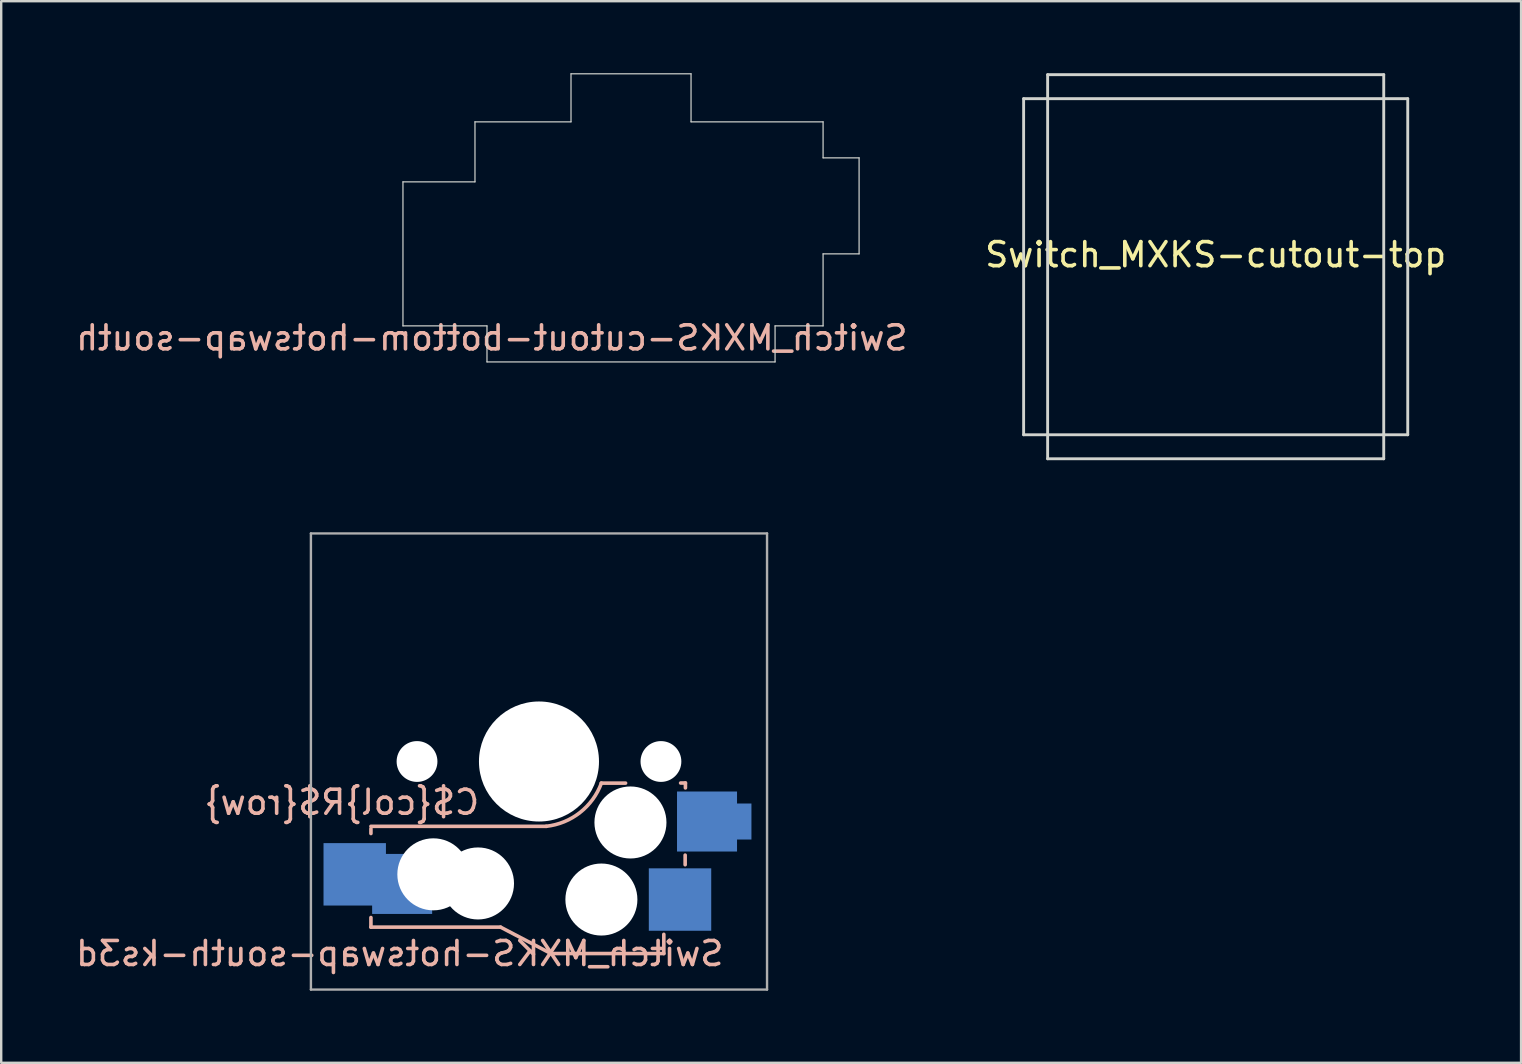
<source format=kicad_pcb>
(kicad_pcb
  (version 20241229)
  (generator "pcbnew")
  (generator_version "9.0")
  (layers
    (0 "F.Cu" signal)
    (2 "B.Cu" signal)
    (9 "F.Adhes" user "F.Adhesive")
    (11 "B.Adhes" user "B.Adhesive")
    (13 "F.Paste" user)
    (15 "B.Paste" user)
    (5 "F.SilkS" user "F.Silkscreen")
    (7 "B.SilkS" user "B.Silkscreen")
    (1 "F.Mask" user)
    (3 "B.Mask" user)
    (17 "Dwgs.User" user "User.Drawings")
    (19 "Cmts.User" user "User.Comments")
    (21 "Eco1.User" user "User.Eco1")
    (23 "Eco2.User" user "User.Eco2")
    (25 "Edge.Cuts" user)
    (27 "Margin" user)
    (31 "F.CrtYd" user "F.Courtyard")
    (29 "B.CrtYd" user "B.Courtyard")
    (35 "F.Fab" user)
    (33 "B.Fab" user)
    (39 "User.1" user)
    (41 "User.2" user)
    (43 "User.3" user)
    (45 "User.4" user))
  (footprint "Switch_MXKS-hotswap-south-ks3d"
    (layer "F.Cu")
    (at 19.401 28.67)
    (property "Reference" "Switch_MXKS-hotswap-south-ks3d" (at -5.8 8 180) (layer "B.SilkS") (effects (font (size 1 1) (thickness 0.15)) (justify mirror)))
    (attr through_hole)
    (fp_line (start -7 2.7) (end 0.3 2.7) (stroke (width 0.15) (type default)) (layer "B.SilkS"))
    (fp_line (start -7 3) (end -7 2.8) (stroke (width 0.15) (type default)) (layer "B.SilkS"))
    (fp_line (start -7 6.9) (end -7 6.5) (stroke (width 0.15) (type default)) (layer "B.SilkS"))
    (fp_line (start -1.6 6.9) (end -7 6.9) (stroke (width 0.15) (type default)) (layer "B.SilkS"))
    (fp_line (start 0.5 8) (end -1.6 6.9) (stroke (width 0.15) (type default)) (layer "B.SilkS"))
    (fp_line (start 0.5 8) (end 5.2 8) (stroke (width 0.15) (type default)) (layer "B.SilkS"))
    (fp_line (start 2.592 0.9) (end 3.607 0.9) (stroke (width 0.15) (type solid)) (layer "B.SilkS"))
    (fp_line (start 5.2 8) (end 5.2 7.2) (stroke (width 0.15) (type default)) (layer "B.SilkS"))
    (fp_line (start 6.089 4.3) (end 6.089 3.9) (stroke (width 0.15) (type solid)) (layer "B.SilkS"))
    (fp_line (start 6.1 0.896) (end 5.9 0.896) (stroke (width 0.15) (type solid)) (layer "B.SilkS"))
    (fp_line (start 6.1 0.896) (end 6.1 1.1) (stroke (width 0.15) (type solid)) (layer "B.SilkS"))
    (fp_arc (start 2.6 0.9) (mid 1.706227 2.1274) (end 0.3 2.7) (stroke (width 0.15) (type solid)) (layer "B.SilkS"))
    (fp_line (start -7 -7) (end 7 -7) (stroke (width 0.15) (type solid)) (layer "Eco2.User"))
    (fp_line (start -7 7) (end -7 -7) (stroke (width 0.15) (type solid)) (layer "Eco2.User"))
    (fp_line (start -3.2 -6.3) (end -3.2 -3.1) (stroke (width 0.12) (type solid)) (layer "Eco2.User"))
    (fp_line (start 1.8 -6.3) (end -3.2 -6.3) (stroke (width 0.12) (type solid)) (layer "Eco2.User"))
    (fp_line (start 1.8 -6.3) (end 1.8 -3.1) (stroke (width 0.12) (type solid)) (layer "Eco2.User"))
    (fp_line (start 1.8 -3.1) (end -3.2 -3.1) (stroke (width 0.12) (type solid)) (layer "Eco2.User"))
    (fp_line (start 7 -7) (end 7 7) (stroke (width 0.15) (type solid)) (layer "Eco2.User"))
    (fp_line (start 7 7) (end -7 7) (stroke (width 0.15) (type solid)) (layer "Eco2.User"))
    (fp_line (start -9.5 -9.5) (end 9.5 -9.5) (stroke (width 0.1) (type solid)) (layer "F.Fab"))
    (fp_line (start -9.5 9.5) (end -9.5 -9.5) (stroke (width 0.1) (type solid)) (layer "F.Fab"))
    (fp_line (start 9.5 -9.5) (end 9.5 9.5) (stroke (width 0.1) (type solid)) (layer "F.Fab"))
    (fp_line (start 9.5 9.5) (end -9.5 9.5) (stroke (width 0.1) (type solid)) (layer "F.Fab"))
    (fp_text user "C${col}R${row}" (at -2.4 1.7 0) (layer "B.SilkS") (effects (font (size 1 1) (thickness 0.15)) (justify left mirror)))
    (pad "" np_thru_hole circle (at -5.08 0 180) (size 1.7 1.7) (drill 1.7) (layers "*.Cu" "*.Mask"))
    (pad "" np_thru_hole circle (at -4.4 4.7) (size 3 3) (drill 3) (layers "*.Cu" "*.Mask"))
    (pad "" np_thru_hole circle (at -2.54 5.08) (size 3 3) (drill 3) (layers "*.Cu" "*.Mask"))
    (pad "" np_thru_hole circle (at 0 0) (size 5 5) (drill 5) (layers "*.Cu" "*.Mask"))
    (pad "" np_thru_hole circle (at 2.6 5.75) (size 3 3) (drill 3) (layers "*.Cu" "*.Mask"))
    (pad "" np_thru_hole circle (at 3.81 2.54) (size 3 3) (drill 3) (layers "*.Cu" "*.Mask"))
    (pad "" np_thru_hole circle (at 5.08 0 180) (size 1.7 1.7) (drill 1.7) (layers "*.Cu" "*.Mask"))
    (pad "1" smd rect (at 5.875 5.75) (size 2.6 2.6) (layers "B.Cu" "B.Mask" "B.Paste"))
    (pad "1" smd custom (at 7 2.5 180) (size 2.5 2.5) (layers "B.Cu" "B.Mask" "B.Paste") (options (anchor rect)) (primitives (gr_poly (pts (xy -1.85 -0.75) (xy -1.25 -0.75) (xy -1.25 0.75) (xy -1.85 0.75)) (width 0) (fill yes))))
    (pad "2" smd rect (at -7.675 4.7) (size 2.6 2.6) (layers "B.Cu" "B.Mask" "B.Paste"))
    (pad "2" smd custom (at -5.7 5.1) (size 2.5 2.5) (layers "B.Cu" "B.Mask" "B.Paste") (options (anchor rect)) (primitives (gr_poly (pts (xy -1.85 -0.75) (xy -1.25 -0.75) (xy -1.25 0.75) (xy -1.85 0.75)) (width 0) (fill yes)))))
  (footprint "Switch_MXKS-cutout-bottom-hotswap-south"
    (layer "F.Cu")
    (at 23.235 3.025)
    (property "Reference" "Switch_MXKS-cutout-bottom-hotswap-south" (at -5.8 8 180) (layer "B.SilkS") (effects (font (size 1 1) (thickness 0.15)) (justify mirror)))
    (attr through_hole)
    (fp_line (start -9.5 1.5) (end -6.5 1.5) (stroke (width 0.05) (type default)) (layer "Edge.Cuts"))
    (fp_line (start -9.5 7.5) (end -9.5 1.5) (stroke (width 0.05) (type default)) (layer "Edge.Cuts"))
    (fp_line (start -6.5 -1) (end -2.5 -1) (stroke (width 0.05) (type default)) (layer "Edge.Cuts"))
    (fp_line (start -6.5 1.5) (end -6.5 -1) (stroke (width 0.05) (type default)) (layer "Edge.Cuts"))
    (fp_line (start -6 7.5) (end -9.5 7.5) (stroke (width 0.05) (type default)) (layer "Edge.Cuts"))
    (fp_line (start -6 9) (end -6 7.5) (stroke (width 0.05) (type default)) (layer "Edge.Cuts"))
    (fp_line (start -2.5 -3) (end 2.5 -3) (stroke (width 0.05) (type default)) (layer "Edge.Cuts"))
    (fp_line (start -2.5 -1) (end -2.5 -3) (stroke (width 0.05) (type default)) (layer "Edge.Cuts"))
    (fp_line (start 2.5 -3) (end 2.5 -1) (stroke (width 0.05) (type default)) (layer "Edge.Cuts"))
    (fp_line (start 2.5 -1) (end 8 -1) (stroke (width 0.05) (type default)) (layer "Edge.Cuts"))
    (fp_line (start 6 7.5) (end 6 9) (stroke (width 0.05) (type default)) (layer "Edge.Cuts"))
    (fp_line (start 6 9) (end -6 9) (stroke (width 0.05) (type default)) (layer "Edge.Cuts"))
    (fp_line (start 8 -1) (end 8 0.5) (stroke (width 0.05) (type default)) (layer "Edge.Cuts"))
    (fp_line (start 8 0.5) (end 9.5 0.5) (stroke (width 0.05) (type default)) (layer "Edge.Cuts"))
    (fp_line (start 8 4.5) (end 9.5 4.5) (stroke (width 0.05) (type default)) (layer "Edge.Cuts"))
    (fp_line (start 8 7.5) (end 6 7.5) (stroke (width 0.05) (type default)) (layer "Edge.Cuts"))
    (fp_line (start 8 7.5) (end 8 4.5) (stroke (width 0.05) (type default)) (layer "Edge.Cuts"))
    (fp_line (start 9.5 0.5) (end 9.5 4.5) (stroke (width 0.05) (type default)) (layer "Edge.Cuts")))
  (footprint "Switch_MXKS-cutout-top"
    (layer "F.Cu")
    (at 47.589 8.06)
    (property "Reference" "Switch_MXKS-cutout-top" (at 0 -0.5 0) (unlocked yes) (layer "F.SilkS") (effects (font (size 1 1) (thickness 0.15))))
    (attr through_hole)
    (fp_line (start -8 7) (end -8 -7) (stroke (width 0.12) (type solid)) (layer "Edge.Cuts"))
    (fp_line (start -7 -8) (end 7 -8) (stroke (width 0.12) (type default)) (layer "Edge.Cuts"))
    (fp_line (start -7 -7) (end -8 -7) (stroke (width 0.12) (type default)) (layer "Edge.Cuts"))
    (fp_line (start -7 -7) (end -7 -8) (stroke (width 0.12) (type default)) (layer "Edge.Cuts"))
    (fp_line (start -7 7) (end -8 7) (stroke (width 0.12) (type default)) (layer "Edge.Cuts"))
    (fp_line (start -7 7) (end -7 8) (stroke (width 0.12) (type default)) (layer "Edge.Cuts"))
    (fp_line (start 7 -7) (end 7 -8) (stroke (width 0.12) (type default)) (layer "Edge.Cuts"))
    (fp_line (start 7 -7) (end 8 -7) (stroke (width 0.12) (type default)) (layer "Edge.Cuts"))
    (fp_line (start 7 7) (end 7 8) (stroke (width 0.12) (type default)) (layer "Edge.Cuts"))
    (fp_line (start 7 7) (end 8 7) (stroke (width 0.12) (type default)) (layer "Edge.Cuts"))
    (fp_line (start 7 8) (end -7 8) (stroke (width 0.12) (type default)) (layer "Edge.Cuts"))
    (fp_line (start 8 -7) (end 8 7) (stroke (width 0.12) (type default)) (layer "Edge.Cuts"))
    (fp_rect (start -7 -7) (end 7 7) (stroke (width 0.12) (type solid)) (fill no) (layer "Edge.Cuts")))
  (gr_rect
    (start -3 -3)
    (end 60.31 41.22)
    (stroke (width 0.1) (type default))
    (fill no)
    (layer "Edge.Cuts")))
</source>
